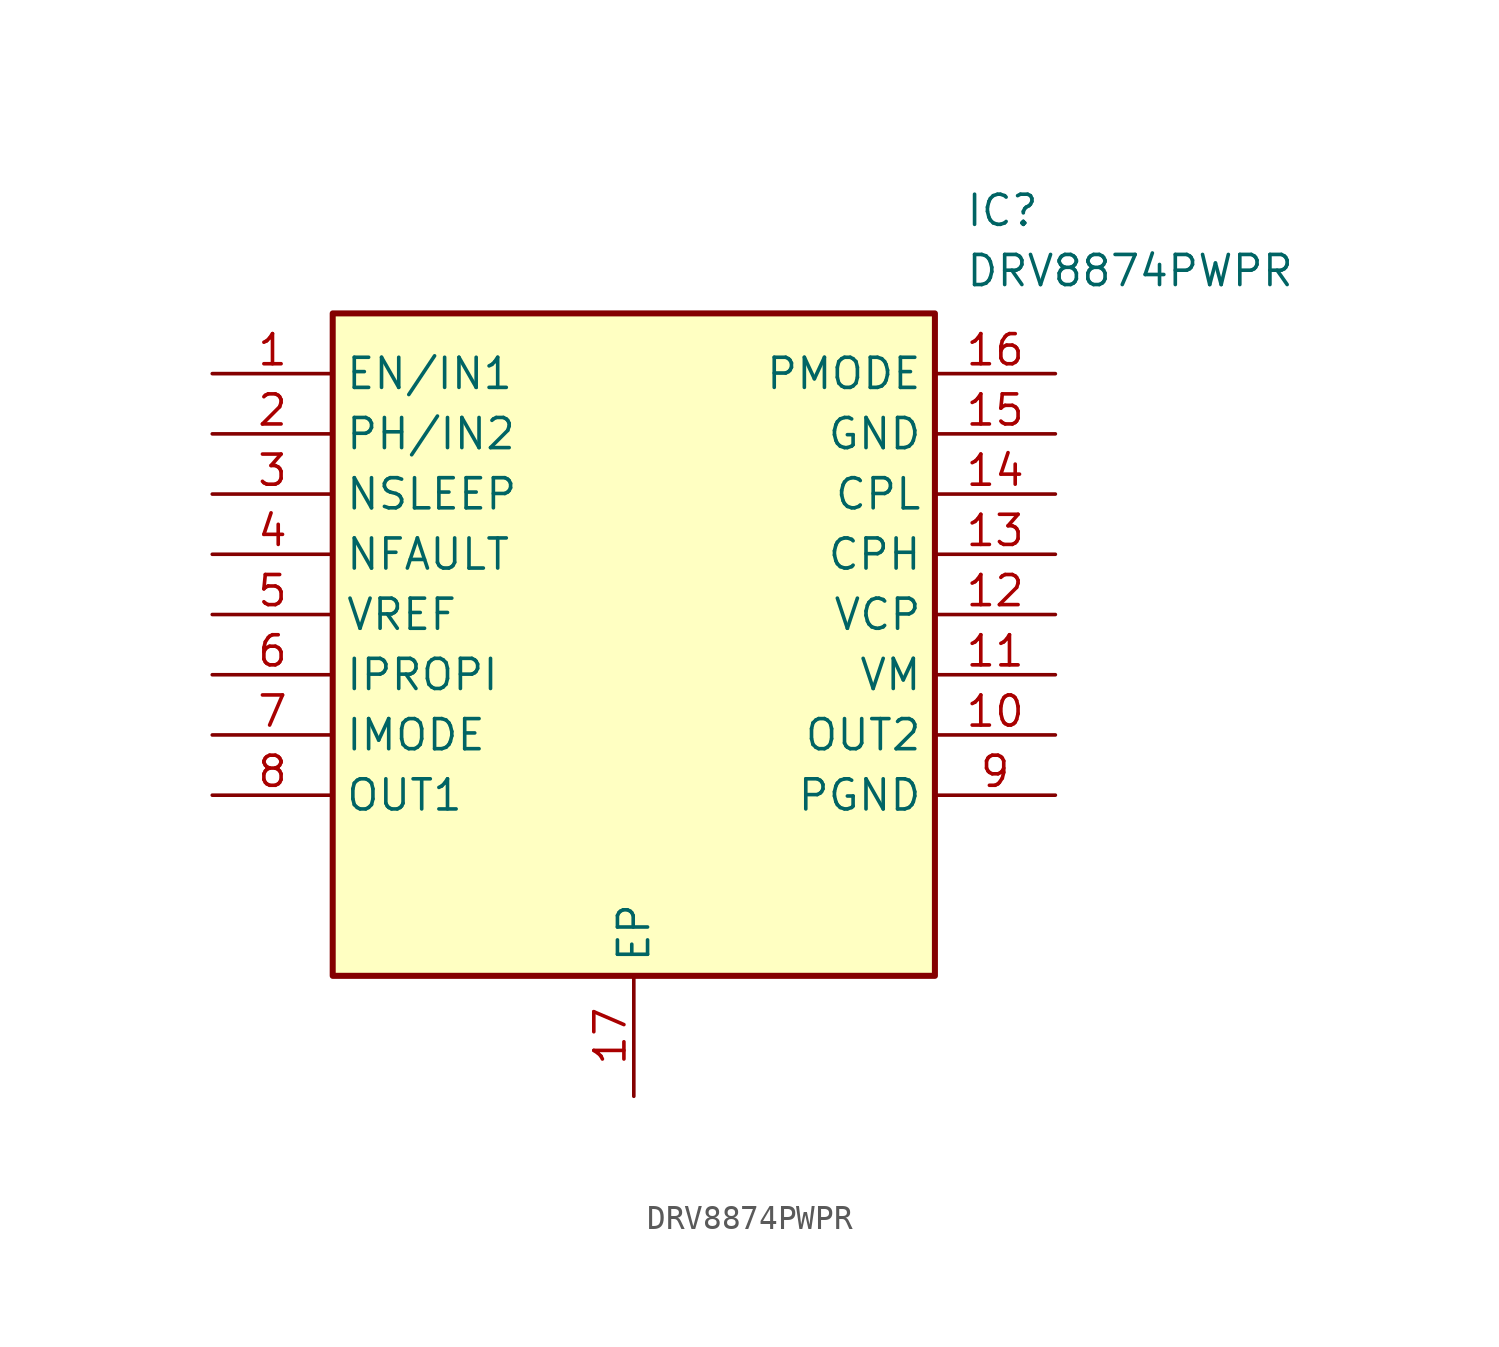
<source format=kicad_sym>
(kicad_symbol_lib
  (version 20241209)
  (generator "kicad_symbol_editor")
  (generator_version "9.0")
  (symbol "DRV8874PWPR"
    (property "Reference" "IC"
      (at 31.75 7.62 0)
      (effects (font (size 1.27 1.27)) (justify left top)))
    (property "Value" "DRV8874PWPR"
      (at 31.75 5.08 0)
      (effects (font (size 1.27 1.27)) (justify left top)))
    (symbol "DRV8874PWPR_1_1"
      (rectangle (start 5.08 2.54) (end 30.48 -25.4) (stroke (width 0.254) (type default)) (fill (type background)))
      (pin passive line (at 0 0 0) (length 5.08) (name "EN/IN1" (effects (font (size 1.27 1.27)))) (number "1" (effects (font (size 1.27 1.27)))))
      (pin passive line (at 0 -2.54 0) (length 5.08) (name "PH/IN2" (effects (font (size 1.27 1.27)))) (number "2" (effects (font (size 1.27 1.27)))))
      (pin passive line (at 0 -5.08 0) (length 5.08) (name "NSLEEP" (effects (font (size 1.27 1.27)))) (number "3" (effects (font (size 1.27 1.27)))))
      (pin passive line (at 0 -7.62 0) (length 5.08) (name "NFAULT" (effects (font (size 1.27 1.27)))) (number "4" (effects (font (size 1.27 1.27)))))
      (pin passive line (at 0 -10.16 0) (length 5.08) (name "VREF" (effects (font (size 1.27 1.27)))) (number "5" (effects (font (size 1.27 1.27)))))
      (pin passive line (at 0 -12.7 0) (length 5.08) (name "IPROPI" (effects (font (size 1.27 1.27)))) (number "6" (effects (font (size 1.27 1.27)))))
      (pin passive line (at 0 -15.24 0) (length 5.08) (name "IMODE" (effects (font (size 1.27 1.27)))) (number "7" (effects (font (size 1.27 1.27)))))
      (pin passive line (at 0 -17.78 0) (length 5.08) (name "OUT1" (effects (font (size 1.27 1.27)))) (number "8" (effects (font (size 1.27 1.27)))))
      (pin passive line (at 17.78 -30.48 90) (length 5.08) (name "EP" (effects (font (size 1.27 1.27)))) (number "17" (effects (font (size 1.27 1.27)))))
      (pin passive line (at 35.56 0 180) (length 5.08) (name "PMODE" (effects (font (size 1.27 1.27)))) (number "16" (effects (font (size 1.27 1.27)))))
      (pin passive line (at 35.56 -2.54 180) (length 5.08) (name "GND" (effects (font (size 1.27 1.27)))) (number "15" (effects (font (size 1.27 1.27)))))
      (pin passive line (at 35.56 -5.08 180) (length 5.08) (name "CPL" (effects (font (size 1.27 1.27)))) (number "14" (effects (font (size 1.27 1.27)))))
      (pin passive line (at 35.56 -7.62 180) (length 5.08) (name "CPH" (effects (font (size 1.27 1.27)))) (number "13" (effects (font (size 1.27 1.27)))))
      (pin passive line (at 35.56 -10.16 180) (length 5.08) (name "VCP" (effects (font (size 1.27 1.27)))) (number "12" (effects (font (size 1.27 1.27)))))
      (pin passive line (at 35.56 -12.7 180) (length 5.08) (name "VM" (effects (font (size 1.27 1.27)))) (number "11" (effects (font (size 1.27 1.27)))))
      (pin passive line (at 35.56 -15.24 180) (length 5.08) (name "OUT2" (effects (font (size 1.27 1.27)))) (number "10" (effects (font (size 1.27 1.27)))))
      (pin passive line (at 35.56 -17.78 180) (length 5.08) (name "PGND" (effects (font (size 1.27 1.27)))) (number "9" (effects (font (size 1.27 1.27))))))))
</source>
